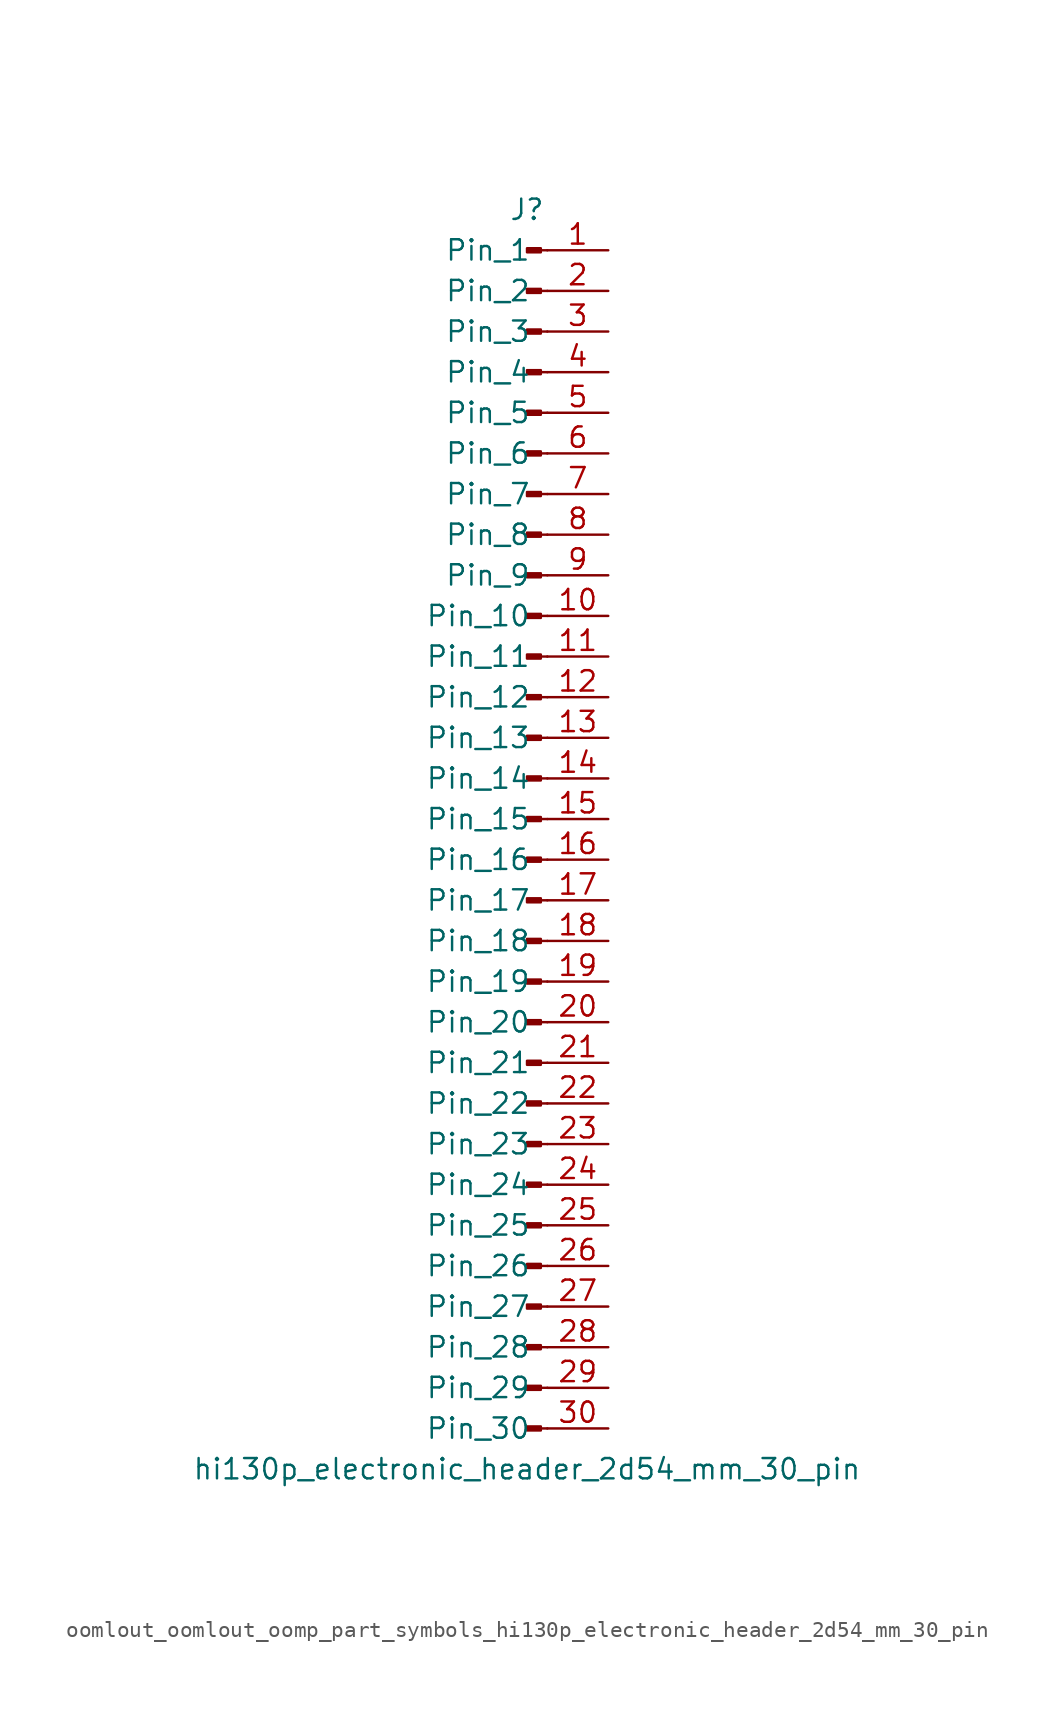
<source format=kicad_sym>
(kicad_symbol_lib
  (version 20220914)
  (generator kicad_symbol_editor)
  (symbol "oomlout_oomlout_oomp_part_symbols_hi130p_electronic_header_2d54_mm_30_pin"
    (pin_names
      (offset 1.016))
    (property "Reference" "J"
      (at 0 38.1 0)
      (effects (font (size 1.27 1.27))))
    (property "Value" "hi130p_electronic_header_2d54_mm_30_pin"
      (at 0 -40.64 0)
      (effects (font (size 1.27 1.27))))
    (property "ki_locked" ""
      (at 0 0 0)
      (effects (font (size 1.27 1.27))))
    (symbol "oomlout_oomlout_oomp_part_symbols_hi130p_electronic_header_2d54_mm_30_pin_1_1"
      (polyline (pts (xy 1.27 -38.1) (xy 0.864 -38.1)) (stroke (width 0.152) (type default)) (fill (type none)))
      (polyline (pts (xy 1.27 -35.56) (xy 0.864 -35.56)) (stroke (width 0.152) (type default)) (fill (type none)))
      (polyline (pts (xy 1.27 -33.02) (xy 0.864 -33.02)) (stroke (width 0.152) (type default)) (fill (type none)))
      (polyline (pts (xy 1.27 -30.48) (xy 0.864 -30.48)) (stroke (width 0.152) (type default)) (fill (type none)))
      (polyline (pts (xy 1.27 -27.94) (xy 0.864 -27.94)) (stroke (width 0.152) (type default)) (fill (type none)))
      (polyline (pts (xy 1.27 -25.4) (xy 0.864 -25.4)) (stroke (width 0.152) (type default)) (fill (type none)))
      (polyline (pts (xy 1.27 -22.86) (xy 0.864 -22.86)) (stroke (width 0.152) (type default)) (fill (type none)))
      (polyline (pts (xy 1.27 -20.32) (xy 0.864 -20.32)) (stroke (width 0.152) (type default)) (fill (type none)))
      (polyline (pts (xy 1.27 -17.78) (xy 0.864 -17.78)) (stroke (width 0.152) (type default)) (fill (type none)))
      (polyline (pts (xy 1.27 -15.24) (xy 0.864 -15.24)) (stroke (width 0.152) (type default)) (fill (type none)))
      (polyline (pts (xy 1.27 -12.7) (xy 0.864 -12.7)) (stroke (width 0.152) (type default)) (fill (type none)))
      (polyline (pts (xy 1.27 -10.16) (xy 0.864 -10.16)) (stroke (width 0.152) (type default)) (fill (type none)))
      (polyline (pts (xy 1.27 -7.62) (xy 0.864 -7.62)) (stroke (width 0.152) (type default)) (fill (type none)))
      (polyline (pts (xy 1.27 -5.08) (xy 0.864 -5.08)) (stroke (width 0.152) (type default)) (fill (type none)))
      (polyline (pts (xy 1.27 -2.54) (xy 0.864 -2.54)) (stroke (width 0.152) (type default)) (fill (type none)))
      (polyline (pts (xy 1.27 0) (xy 0.864 0)) (stroke (width 0.152) (type default)) (fill (type none)))
      (polyline (pts (xy 1.27 2.54) (xy 0.864 2.54)) (stroke (width 0.152) (type default)) (fill (type none)))
      (polyline (pts (xy 1.27 5.08) (xy 0.864 5.08)) (stroke (width 0.152) (type default)) (fill (type none)))
      (polyline (pts (xy 1.27 7.62) (xy 0.864 7.62)) (stroke (width 0.152) (type default)) (fill (type none)))
      (polyline (pts (xy 1.27 10.16) (xy 0.864 10.16)) (stroke (width 0.152) (type default)) (fill (type none)))
      (polyline (pts (xy 1.27 12.7) (xy 0.864 12.7)) (stroke (width 0.152) (type default)) (fill (type none)))
      (polyline (pts (xy 1.27 15.24) (xy 0.864 15.24)) (stroke (width 0.152) (type default)) (fill (type none)))
      (polyline (pts (xy 1.27 17.78) (xy 0.864 17.78)) (stroke (width 0.152) (type default)) (fill (type none)))
      (polyline (pts (xy 1.27 20.32) (xy 0.864 20.32)) (stroke (width 0.152) (type default)) (fill (type none)))
      (polyline (pts (xy 1.27 22.86) (xy 0.864 22.86)) (stroke (width 0.152) (type default)) (fill (type none)))
      (polyline (pts (xy 1.27 25.4) (xy 0.864 25.4)) (stroke (width 0.152) (type default)) (fill (type none)))
      (polyline (pts (xy 1.27 27.94) (xy 0.864 27.94)) (stroke (width 0.152) (type default)) (fill (type none)))
      (polyline (pts (xy 1.27 30.48) (xy 0.864 30.48)) (stroke (width 0.152) (type default)) (fill (type none)))
      (polyline (pts (xy 1.27 33.02) (xy 0.864 33.02)) (stroke (width 0.152) (type default)) (fill (type none)))
      (polyline (pts (xy 1.27 35.56) (xy 0.864 35.56)) (stroke (width 0.152) (type default)) (fill (type none)))
      (rectangle (start 0.864 -37.973) (end 0 -38.227) (stroke (width 0.152) (type default)) (fill (type outline)))
      (rectangle (start 0.864 -35.433) (end 0 -35.687) (stroke (width 0.152) (type default)) (fill (type outline)))
      (rectangle (start 0.864 -32.893) (end 0 -33.147) (stroke (width 0.152) (type default)) (fill (type outline)))
      (rectangle (start 0.864 -30.353) (end 0 -30.607) (stroke (width 0.152) (type default)) (fill (type outline)))
      (rectangle (start 0.864 -27.813) (end 0 -28.067) (stroke (width 0.152) (type default)) (fill (type outline)))
      (rectangle (start 0.864 -25.273) (end 0 -25.527) (stroke (width 0.152) (type default)) (fill (type outline)))
      (rectangle (start 0.864 -22.733) (end 0 -22.987) (stroke (width 0.152) (type default)) (fill (type outline)))
      (rectangle (start 0.864 -20.193) (end 0 -20.447) (stroke (width 0.152) (type default)) (fill (type outline)))
      (rectangle (start 0.864 -17.653) (end 0 -17.907) (stroke (width 0.152) (type default)) (fill (type outline)))
      (rectangle (start 0.864 -15.113) (end 0 -15.367) (stroke (width 0.152) (type default)) (fill (type outline)))
      (rectangle (start 0.864 -12.573) (end 0 -12.827) (stroke (width 0.152) (type default)) (fill (type outline)))
      (rectangle (start 0.864 -10.033) (end 0 -10.287) (stroke (width 0.152) (type default)) (fill (type outline)))
      (rectangle (start 0.864 -7.493) (end 0 -7.747) (stroke (width 0.152) (type default)) (fill (type outline)))
      (rectangle (start 0.864 -4.953) (end 0 -5.207) (stroke (width 0.152) (type default)) (fill (type outline)))
      (rectangle (start 0.864 -2.413) (end 0 -2.667) (stroke (width 0.152) (type default)) (fill (type outline)))
      (rectangle (start 0.864 0.127) (end 0 -0.127) (stroke (width 0.152) (type default)) (fill (type outline)))
      (rectangle (start 0.864 2.667) (end 0 2.413) (stroke (width 0.152) (type default)) (fill (type outline)))
      (rectangle (start 0.864 5.207) (end 0 4.953) (stroke (width 0.152) (type default)) (fill (type outline)))
      (rectangle (start 0.864 7.747) (end 0 7.493) (stroke (width 0.152) (type default)) (fill (type outline)))
      (rectangle (start 0.864 10.287) (end 0 10.033) (stroke (width 0.152) (type default)) (fill (type outline)))
      (rectangle (start 0.864 12.827) (end 0 12.573) (stroke (width 0.152) (type default)) (fill (type outline)))
      (rectangle (start 0.864 15.367) (end 0 15.113) (stroke (width 0.152) (type default)) (fill (type outline)))
      (rectangle (start 0.864 17.907) (end 0 17.653) (stroke (width 0.152) (type default)) (fill (type outline)))
      (rectangle (start 0.864 20.447) (end 0 20.193) (stroke (width 0.152) (type default)) (fill (type outline)))
      (rectangle (start 0.864 22.987) (end 0 22.733) (stroke (width 0.152) (type default)) (fill (type outline)))
      (rectangle (start 0.864 25.527) (end 0 25.273) (stroke (width 0.152) (type default)) (fill (type outline)))
      (rectangle (start 0.864 28.067) (end 0 27.813) (stroke (width 0.152) (type default)) (fill (type outline)))
      (rectangle (start 0.864 30.607) (end 0 30.353) (stroke (width 0.152) (type default)) (fill (type outline)))
      (rectangle (start 0.864 33.147) (end 0 32.893) (stroke (width 0.152) (type default)) (fill (type outline)))
      (rectangle (start 0.864 35.687) (end 0 35.433) (stroke (width 0.152) (type default)) (fill (type outline)))
      (pin passive line (at 5.08 35.56 180) (length 3.81) (name "Pin_1" (effects (font (size 1.27 1.27)))) (number "1" (effects (font (size 1.27 1.27)))))
      (pin passive line (at 5.08 12.7 180) (length 3.81) (name "Pin_10" (effects (font (size 1.27 1.27)))) (number "10" (effects (font (size 1.27 1.27)))))
      (pin passive line (at 5.08 10.16 180) (length 3.81) (name "Pin_11" (effects (font (size 1.27 1.27)))) (number "11" (effects (font (size 1.27 1.27)))))
      (pin passive line (at 5.08 7.62 180) (length 3.81) (name "Pin_12" (effects (font (size 1.27 1.27)))) (number "12" (effects (font (size 1.27 1.27)))))
      (pin passive line (at 5.08 5.08 180) (length 3.81) (name "Pin_13" (effects (font (size 1.27 1.27)))) (number "13" (effects (font (size 1.27 1.27)))))
      (pin passive line (at 5.08 2.54 180) (length 3.81) (name "Pin_14" (effects (font (size 1.27 1.27)))) (number "14" (effects (font (size 1.27 1.27)))))
      (pin passive line (at 5.08 0 180) (length 3.81) (name "Pin_15" (effects (font (size 1.27 1.27)))) (number "15" (effects (font (size 1.27 1.27)))))
      (pin passive line (at 5.08 -2.54 180) (length 3.81) (name "Pin_16" (effects (font (size 1.27 1.27)))) (number "16" (effects (font (size 1.27 1.27)))))
      (pin passive line (at 5.08 -5.08 180) (length 3.81) (name "Pin_17" (effects (font (size 1.27 1.27)))) (number "17" (effects (font (size 1.27 1.27)))))
      (pin passive line (at 5.08 -7.62 180) (length 3.81) (name "Pin_18" (effects (font (size 1.27 1.27)))) (number "18" (effects (font (size 1.27 1.27)))))
      (pin passive line (at 5.08 -10.16 180) (length 3.81) (name "Pin_19" (effects (font (size 1.27 1.27)))) (number "19" (effects (font (size 1.27 1.27)))))
      (pin passive line (at 5.08 33.02 180) (length 3.81) (name "Pin_2" (effects (font (size 1.27 1.27)))) (number "2" (effects (font (size 1.27 1.27)))))
      (pin passive line (at 5.08 -12.7 180) (length 3.81) (name "Pin_20" (effects (font (size 1.27 1.27)))) (number "20" (effects (font (size 1.27 1.27)))))
      (pin passive line (at 5.08 -15.24 180) (length 3.81) (name "Pin_21" (effects (font (size 1.27 1.27)))) (number "21" (effects (font (size 1.27 1.27)))))
      (pin passive line (at 5.08 -17.78 180) (length 3.81) (name "Pin_22" (effects (font (size 1.27 1.27)))) (number "22" (effects (font (size 1.27 1.27)))))
      (pin passive line (at 5.08 -20.32 180) (length 3.81) (name "Pin_23" (effects (font (size 1.27 1.27)))) (number "23" (effects (font (size 1.27 1.27)))))
      (pin passive line (at 5.08 -22.86 180) (length 3.81) (name "Pin_24" (effects (font (size 1.27 1.27)))) (number "24" (effects (font (size 1.27 1.27)))))
      (pin passive line (at 5.08 -25.4 180) (length 3.81) (name "Pin_25" (effects (font (size 1.27 1.27)))) (number "25" (effects (font (size 1.27 1.27)))))
      (pin passive line (at 5.08 -27.94 180) (length 3.81) (name "Pin_26" (effects (font (size 1.27 1.27)))) (number "26" (effects (font (size 1.27 1.27)))))
      (pin passive line (at 5.08 -30.48 180) (length 3.81) (name "Pin_27" (effects (font (size 1.27 1.27)))) (number "27" (effects (font (size 1.27 1.27)))))
      (pin passive line (at 5.08 -33.02 180) (length 3.81) (name "Pin_28" (effects (font (size 1.27 1.27)))) (number "28" (effects (font (size 1.27 1.27)))))
      (pin passive line (at 5.08 -35.56 180) (length 3.81) (name "Pin_29" (effects (font (size 1.27 1.27)))) (number "29" (effects (font (size 1.27 1.27)))))
      (pin passive line (at 5.08 30.48 180) (length 3.81) (name "Pin_3" (effects (font (size 1.27 1.27)))) (number "3" (effects (font (size 1.27 1.27)))))
      (pin passive line (at 5.08 -38.1 180) (length 3.81) (name "Pin_30" (effects (font (size 1.27 1.27)))) (number "30" (effects (font (size 1.27 1.27)))))
      (pin passive line (at 5.08 27.94 180) (length 3.81) (name "Pin_4" (effects (font (size 1.27 1.27)))) (number "4" (effects (font (size 1.27 1.27)))))
      (pin passive line (at 5.08 25.4 180) (length 3.81) (name "Pin_5" (effects (font (size 1.27 1.27)))) (number "5" (effects (font (size 1.27 1.27)))))
      (pin passive line (at 5.08 22.86 180) (length 3.81) (name "Pin_6" (effects (font (size 1.27 1.27)))) (number "6" (effects (font (size 1.27 1.27)))))
      (pin passive line (at 5.08 20.32 180) (length 3.81) (name "Pin_7" (effects (font (size 1.27 1.27)))) (number "7" (effects (font (size 1.27 1.27)))))
      (pin passive line (at 5.08 17.78 180) (length 3.81) (name "Pin_8" (effects (font (size 1.27 1.27)))) (number "8" (effects (font (size 1.27 1.27)))))
      (pin passive line (at 5.08 15.24 180) (length 3.81) (name "Pin_9" (effects (font (size 1.27 1.27)))) (number "9" (effects (font (size 1.27 1.27))))))))
</source>
